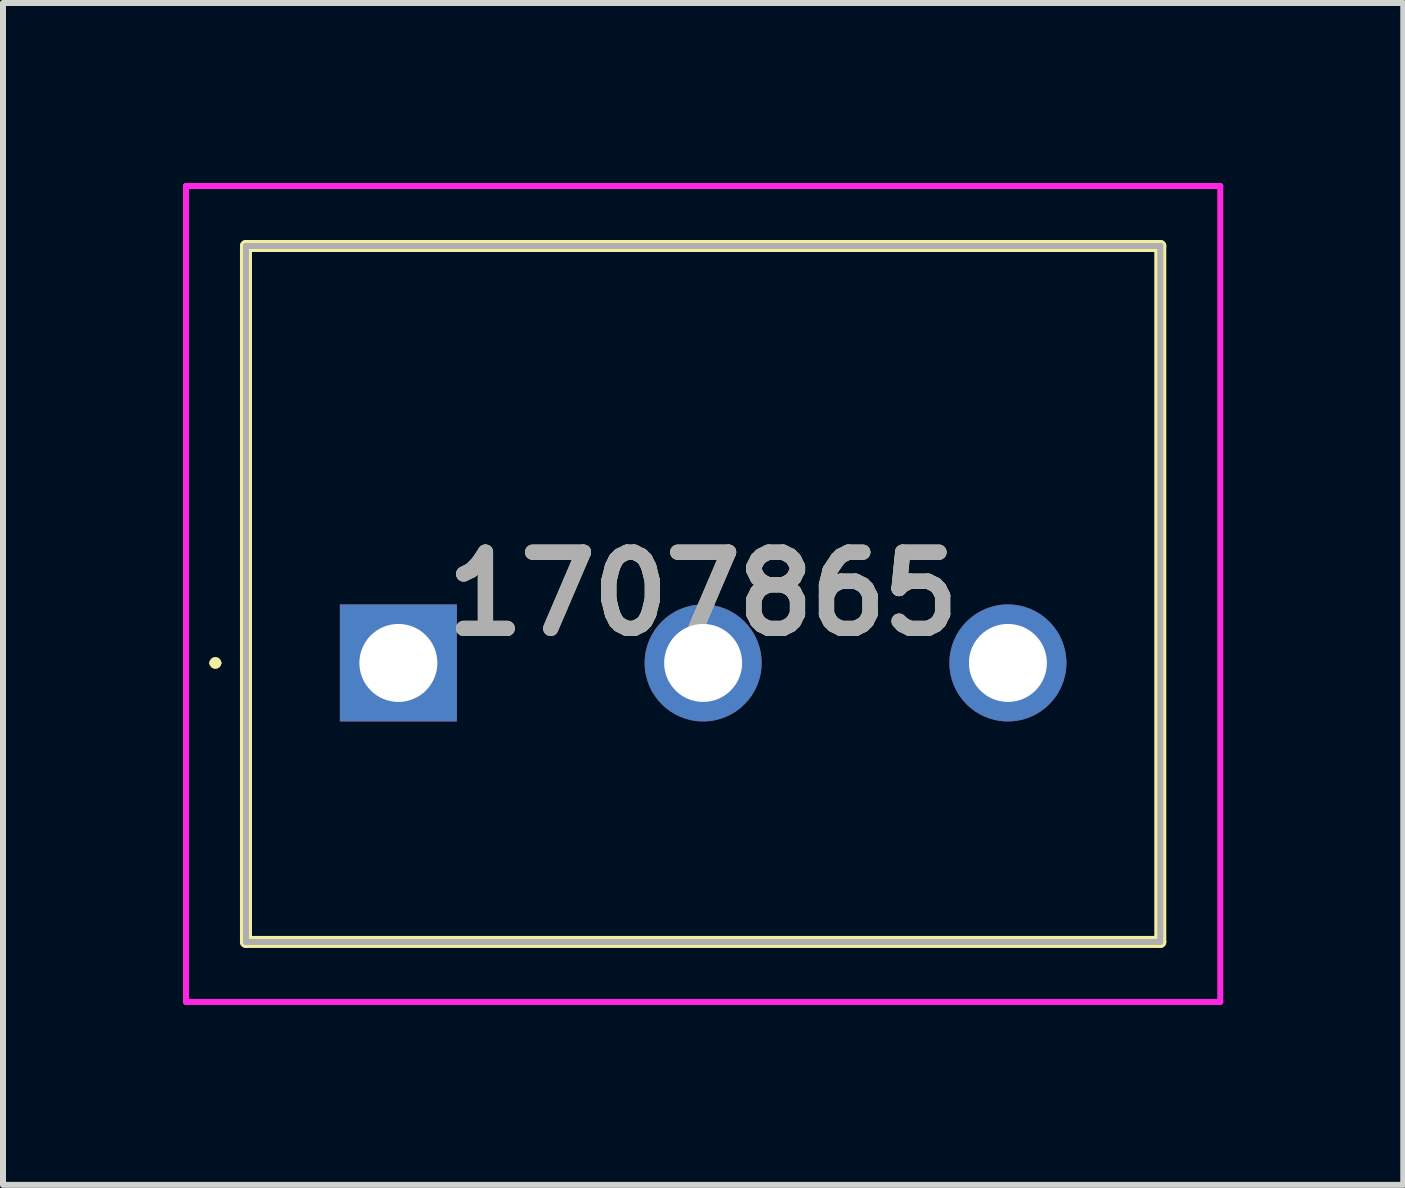
<source format=kicad_pcb>
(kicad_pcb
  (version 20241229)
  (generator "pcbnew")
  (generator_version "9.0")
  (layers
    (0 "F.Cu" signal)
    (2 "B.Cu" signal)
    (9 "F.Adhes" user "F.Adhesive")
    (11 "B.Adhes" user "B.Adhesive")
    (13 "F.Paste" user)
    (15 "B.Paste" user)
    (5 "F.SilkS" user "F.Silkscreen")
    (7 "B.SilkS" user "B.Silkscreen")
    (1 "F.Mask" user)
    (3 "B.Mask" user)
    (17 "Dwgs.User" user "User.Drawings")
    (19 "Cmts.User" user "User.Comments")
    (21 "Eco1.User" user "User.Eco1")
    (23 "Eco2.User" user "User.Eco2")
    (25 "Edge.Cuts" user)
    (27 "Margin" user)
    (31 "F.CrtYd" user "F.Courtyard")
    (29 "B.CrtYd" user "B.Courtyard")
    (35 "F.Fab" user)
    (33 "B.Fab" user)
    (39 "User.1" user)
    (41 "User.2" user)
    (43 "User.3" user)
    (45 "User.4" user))
  (footprint "1707865"
    (layer "F.Cu")
    (at 3.59 8)
    (property "Reference" "1707865" (at 5.08 -1.15 0) (layer "F.SilkS") (effects (font (size 1.27 1.27) (thickness 0.254))))
    (attr through_hole)
    (fp_line (start -3.1 0) (end -3.1 0) (stroke (width 0.1) (type solid)) (layer "F.SilkS"))
    (fp_line (start -3 0) (end -3 0) (stroke (width 0.1) (type solid)) (layer "F.SilkS"))
    (fp_line (start -2.54 -6.95) (end 12.7 -6.95) (stroke (width 0.2) (type solid)) (layer "F.SilkS"))
    (fp_line (start -2.54 4.65) (end -2.54 -6.95) (stroke (width 0.2) (type solid)) (layer "F.SilkS"))
    (fp_line (start 12.7 -6.95) (end 12.7 4.65) (stroke (width 0.2) (type solid)) (layer "F.SilkS"))
    (fp_line (start 12.7 4.65) (end -2.54 4.65) (stroke (width 0.2) (type solid)) (layer "F.SilkS"))
    (fp_arc (start -3.1 0) (mid -3.05 -0.05) (end -3 0) (stroke (width 0.1) (type solid)) (layer "F.SilkS"))
    (fp_arc (start -3 0) (mid -3.05 0.05) (end -3.1 0) (stroke (width 0.1) (type solid)) (layer "F.SilkS"))
    (fp_line (start -3.54 -7.95) (end 13.7 -7.95) (stroke (width 0.1) (type solid)) (layer "F.CrtYd"))
    (fp_line (start -3.54 5.65) (end -3.54 -7.95) (stroke (width 0.1) (type solid)) (layer "F.CrtYd"))
    (fp_line (start 13.7 -7.95) (end 13.7 5.65) (stroke (width 0.1) (type solid)) (layer "F.CrtYd"))
    (fp_line (start 13.7 5.65) (end -3.54 5.65) (stroke (width 0.1) (type solid)) (layer "F.CrtYd"))
    (fp_line (start -2.54 -6.95) (end -2.54 4.65) (stroke (width 0.1) (type solid)) (layer "F.Fab"))
    (fp_line (start -2.54 4.65) (end 12.7 4.65) (stroke (width 0.1) (type solid)) (layer "F.Fab"))
    (fp_line (start 12.7 -6.95) (end -2.54 -6.95) (stroke (width 0.1) (type solid)) (layer "F.Fab"))
    (fp_line (start 12.7 4.65) (end 12.7 -6.95) (stroke (width 0.1) (type solid)) (layer "F.Fab"))
    (fp_text user "${REFERENCE}" (at 5.08 -1.15 0) (layer "F.Fab") (effects (font (size 1.27 1.27) (thickness 0.254))))
    (pad "1" thru_hole rect (at 0 0) (size 1.95 1.95) (drill 1.3) (layers "*.Cu" "*.Mask"))
    (pad "2" thru_hole circle (at 5.08 0) (size 1.95 1.95) (drill 1.3) (layers "*.Cu" "*.Mask"))
    (pad "3" thru_hole circle (at 10.16 0) (size 1.95 1.95) (drill 1.3) (layers "*.Cu" "*.Mask")))
  (gr_rect
    (start -3 -3)
    (end 20.34 16.7)
    (stroke (width 0.1) (type default))
    (fill no)
    (layer "Edge.Cuts")))
</source>
